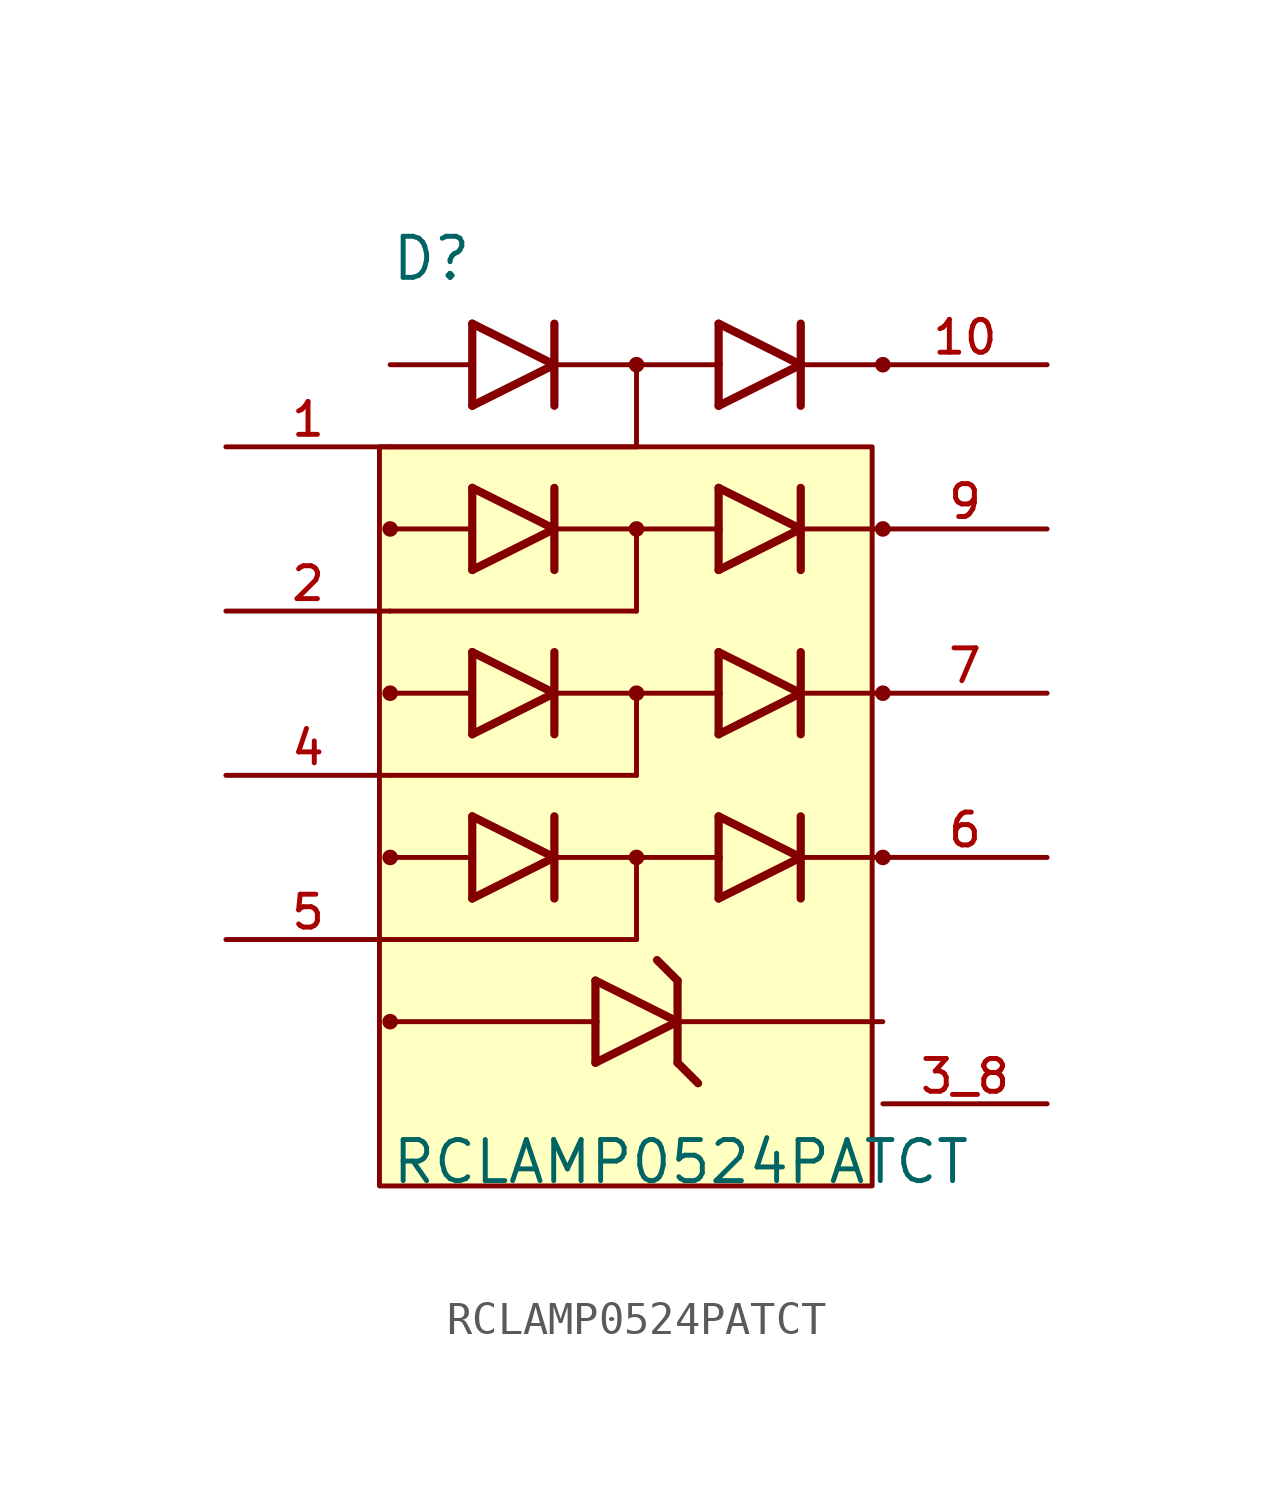
<source format=kicad_sym>
(kicad_symbol_lib
  (version 20220914)
  (generator kicad_symbol_editor)
  (symbol "RCLAMP0524PATCT"
    (pin_names
      (offset 1.016))
    (property "Reference" "D"
      (at -7.62 12.7 0)
      (effects (font (size 1.27 1.27)) (justify left bottom)))
    (property "Value" "RCLAMP0524PATCT"
      (at -7.62 -15.24 0)
      (effects (font (size 1.27 1.27)) (justify left bottom)))
    (symbol "RCLAMP0524PATCT_0_0"
      (rectangle (start -7.951 -15.24) (end 7.289 7.62) (stroke (width 0.152) (type default)) (fill (type background)))
      (circle (center -7.62 -10.16) (radius 0.152) (stroke (width 0.178) (type default)) (fill (type none)))
      (circle (center -7.62 -5.08) (radius 0.152) (stroke (width 0.178) (type default)) (fill (type none)))
      (circle (center -7.62 0) (radius 0.152) (stroke (width 0.178) (type default)) (fill (type none)))
      (circle (center -7.62 5.08) (radius 0.152) (stroke (width 0.178) (type default)) (fill (type none)))
      (circle (center 0 -5.08) (radius 0.152) (stroke (width 0.178) (type default)) (fill (type none)))
      (polyline (pts (xy -7.62 -10.16) (xy -1.27 -10.16)) (stroke (width 0.152) (type default)) (fill (type none)))
      (polyline (pts (xy -7.62 -5.08) (xy -5.08 -5.08)) (stroke (width 0.152) (type default)) (fill (type none)))
      (polyline (pts (xy -7.62 0) (xy -5.08 0)) (stroke (width 0.152) (type default)) (fill (type none)))
      (polyline (pts (xy -7.62 5.08) (xy -5.08 5.08)) (stroke (width 0.152) (type default)) (fill (type none)))
      (polyline (pts (xy -7.62 10.16) (xy -5.08 10.16)) (stroke (width 0.152) (type default)) (fill (type none)))
      (polyline (pts (xy -5.08 -6.35) (xy -2.54 -5.08)) (stroke (width 0.254) (type default)) (fill (type none)))
      (polyline (pts (xy -5.08 -3.81) (xy -5.08 -6.35)) (stroke (width 0.254) (type default)) (fill (type none)))
      (polyline (pts (xy -5.08 -1.27) (xy -2.54 0)) (stroke (width 0.254) (type default)) (fill (type none)))
      (polyline (pts (xy -5.08 1.27) (xy -5.08 -1.27)) (stroke (width 0.254) (type default)) (fill (type none)))
      (polyline (pts (xy -5.08 3.81) (xy -2.54 5.08)) (stroke (width 0.254) (type default)) (fill (type none)))
      (polyline (pts (xy -5.08 6.35) (xy -5.08 3.81)) (stroke (width 0.254) (type default)) (fill (type none)))
      (polyline (pts (xy -5.08 8.89) (xy -2.54 10.16)) (stroke (width 0.254) (type default)) (fill (type none)))
      (polyline (pts (xy -5.08 11.43) (xy -5.08 8.89)) (stroke (width 0.254) (type default)) (fill (type none)))
      (polyline (pts (xy -2.54 -5.08) (xy -5.08 -3.81)) (stroke (width 0.254) (type default)) (fill (type none)))
      (polyline (pts (xy -2.54 -5.08) (xy -2.54 -6.35)) (stroke (width 0.254) (type default)) (fill (type none)))
      (polyline (pts (xy -2.54 -5.08) (xy 0 -5.08)) (stroke (width 0.152) (type default)) (fill (type none)))
      (polyline (pts (xy -2.54 -3.81) (xy -2.54 -5.08)) (stroke (width 0.254) (type default)) (fill (type none)))
      (polyline (pts (xy -2.54 0) (xy -5.08 1.27)) (stroke (width 0.254) (type default)) (fill (type none)))
      (polyline (pts (xy -2.54 0) (xy -2.54 -1.27)) (stroke (width 0.254) (type default)) (fill (type none)))
      (polyline (pts (xy -2.54 0) (xy 0 0)) (stroke (width 0.152) (type default)) (fill (type none)))
      (polyline (pts (xy -2.54 1.27) (xy -2.54 0)) (stroke (width 0.254) (type default)) (fill (type none)))
      (polyline (pts (xy -2.54 5.08) (xy -5.08 6.35)) (stroke (width 0.254) (type default)) (fill (type none)))
      (polyline (pts (xy -2.54 5.08) (xy -2.54 3.81)) (stroke (width 0.254) (type default)) (fill (type none)))
      (polyline (pts (xy -2.54 5.08) (xy 0 5.08)) (stroke (width 0.152) (type default)) (fill (type none)))
      (polyline (pts (xy -2.54 6.35) (xy -2.54 5.08)) (stroke (width 0.254) (type default)) (fill (type none)))
      (polyline (pts (xy -2.54 10.16) (xy -5.08 11.43)) (stroke (width 0.254) (type default)) (fill (type none)))
      (polyline (pts (xy -2.54 10.16) (xy -2.54 8.89)) (stroke (width 0.254) (type default)) (fill (type none)))
      (polyline (pts (xy -2.54 10.16) (xy 0 10.16)) (stroke (width 0.152) (type default)) (fill (type none)))
      (polyline (pts (xy -2.54 11.43) (xy -2.54 10.16)) (stroke (width 0.254) (type default)) (fill (type none)))
      (polyline (pts (xy -1.27 -11.43) (xy 1.27 -10.16)) (stroke (width 0.254) (type default)) (fill (type none)))
      (polyline (pts (xy -1.27 -10.16) (xy -1.27 -11.43)) (stroke (width 0.254) (type default)) (fill (type none)))
      (polyline (pts (xy -1.27 -8.89) (xy -1.27 -10.16)) (stroke (width 0.254) (type default)) (fill (type none)))
      (polyline (pts (xy 0 -7.62) (xy -7.62 -7.62)) (stroke (width 0.152) (type default)) (fill (type none)))
      (polyline (pts (xy 0 -5.08) (xy 0 -7.62)) (stroke (width 0.152) (type default)) (fill (type none)))
      (polyline (pts (xy 0 -5.08) (xy 2.54 -5.08)) (stroke (width 0.152) (type default)) (fill (type none)))
      (polyline (pts (xy 0 -2.54) (xy -7.62 -2.54)) (stroke (width 0.152) (type default)) (fill (type none)))
      (polyline (pts (xy 0 0) (xy 0 -2.54)) (stroke (width 0.152) (type default)) (fill (type none)))
      (polyline (pts (xy 0 0) (xy 2.54 0)) (stroke (width 0.152) (type default)) (fill (type none)))
      (polyline (pts (xy 0 2.54) (xy -7.62 2.54)) (stroke (width 0.152) (type default)) (fill (type none)))
      (polyline (pts (xy 0 5.08) (xy 0 2.54)) (stroke (width 0.152) (type default)) (fill (type none)))
      (polyline (pts (xy 0 5.08) (xy 2.54 5.08)) (stroke (width 0.152) (type default)) (fill (type none)))
      (polyline (pts (xy 0 7.62) (xy -7.62 7.62)) (stroke (width 0.152) (type default)) (fill (type none)))
      (polyline (pts (xy 0 10.16) (xy 0 7.62)) (stroke (width 0.152) (type default)) (fill (type none)))
      (polyline (pts (xy 0 10.16) (xy 2.54 10.16)) (stroke (width 0.152) (type default)) (fill (type none)))
      (polyline (pts (xy 0.635 -8.255) (xy 1.27 -8.89)) (stroke (width 0.254) (type default)) (fill (type none)))
      (polyline (pts (xy 1.27 -11.43) (xy 1.905 -12.065)) (stroke (width 0.254) (type default)) (fill (type none)))
      (polyline (pts (xy 1.27 -10.16) (xy -1.27 -8.89)) (stroke (width 0.254) (type default)) (fill (type none)))
      (polyline (pts (xy 1.27 -10.16) (xy 1.27 -11.43)) (stroke (width 0.254) (type default)) (fill (type none)))
      (polyline (pts (xy 1.27 -10.16) (xy 7.62 -10.16)) (stroke (width 0.152) (type default)) (fill (type none)))
      (polyline (pts (xy 1.27 -8.89) (xy 1.27 -10.16)) (stroke (width 0.254) (type default)) (fill (type none)))
      (polyline (pts (xy 2.54 -6.35) (xy 5.08 -5.08)) (stroke (width 0.254) (type default)) (fill (type none)))
      (polyline (pts (xy 2.54 -5.08) (xy 2.54 -6.35)) (stroke (width 0.254) (type default)) (fill (type none)))
      (polyline (pts (xy 2.54 -3.81) (xy 2.54 -5.08)) (stroke (width 0.254) (type default)) (fill (type none)))
      (polyline (pts (xy 2.54 -1.27) (xy 5.08 0)) (stroke (width 0.254) (type default)) (fill (type none)))
      (polyline (pts (xy 2.54 0) (xy 2.54 -1.27)) (stroke (width 0.254) (type default)) (fill (type none)))
      (polyline (pts (xy 2.54 1.27) (xy 2.54 0)) (stroke (width 0.254) (type default)) (fill (type none)))
      (polyline (pts (xy 2.54 3.81) (xy 5.08 5.08)) (stroke (width 0.254) (type default)) (fill (type none)))
      (polyline (pts (xy 2.54 5.08) (xy 2.54 3.81)) (stroke (width 0.254) (type default)) (fill (type none)))
      (polyline (pts (xy 2.54 6.35) (xy 2.54 5.08)) (stroke (width 0.254) (type default)) (fill (type none)))
      (polyline (pts (xy 2.54 8.89) (xy 5.08 10.16)) (stroke (width 0.254) (type default)) (fill (type none)))
      (polyline (pts (xy 2.54 10.16) (xy 2.54 8.89)) (stroke (width 0.254) (type default)) (fill (type none)))
      (polyline (pts (xy 2.54 11.43) (xy 2.54 10.16)) (stroke (width 0.254) (type default)) (fill (type none)))
      (polyline (pts (xy 5.08 -5.08) (xy 2.54 -3.81)) (stroke (width 0.254) (type default)) (fill (type none)))
      (polyline (pts (xy 5.08 -5.08) (xy 5.08 -6.35)) (stroke (width 0.254) (type default)) (fill (type none)))
      (polyline (pts (xy 5.08 -5.08) (xy 7.62 -5.08)) (stroke (width 0.152) (type default)) (fill (type none)))
      (polyline (pts (xy 5.08 -3.81) (xy 5.08 -5.08)) (stroke (width 0.254) (type default)) (fill (type none)))
      (polyline (pts (xy 5.08 0) (xy 2.54 1.27)) (stroke (width 0.254) (type default)) (fill (type none)))
      (polyline (pts (xy 5.08 0) (xy 5.08 -1.27)) (stroke (width 0.254) (type default)) (fill (type none)))
      (polyline (pts (xy 5.08 0) (xy 7.62 0)) (stroke (width 0.152) (type default)) (fill (type none)))
      (polyline (pts (xy 5.08 1.27) (xy 5.08 0)) (stroke (width 0.254) (type default)) (fill (type none)))
      (polyline (pts (xy 5.08 5.08) (xy 2.54 6.35)) (stroke (width 0.254) (type default)) (fill (type none)))
      (polyline (pts (xy 5.08 5.08) (xy 5.08 3.81)) (stroke (width 0.254) (type default)) (fill (type none)))
      (polyline (pts (xy 5.08 5.08) (xy 7.62 5.08)) (stroke (width 0.152) (type default)) (fill (type none)))
      (polyline (pts (xy 5.08 6.35) (xy 5.08 5.08)) (stroke (width 0.254) (type default)) (fill (type none)))
      (polyline (pts (xy 5.08 10.16) (xy 2.54 11.43)) (stroke (width 0.254) (type default)) (fill (type none)))
      (polyline (pts (xy 5.08 10.16) (xy 5.08 8.89)) (stroke (width 0.254) (type default)) (fill (type none)))
      (polyline (pts (xy 5.08 10.16) (xy 7.62 10.16)) (stroke (width 0.152) (type default)) (fill (type none)))
      (polyline (pts (xy 5.08 11.43) (xy 5.08 10.16)) (stroke (width 0.254) (type default)) (fill (type none)))
      (circle (center 0 0) (radius 0.152) (stroke (width 0.178) (type default)) (fill (type none)))
      (circle (center 0 5.08) (radius 0.152) (stroke (width 0.178) (type default)) (fill (type none)))
      (circle (center 0 10.16) (radius 0.152) (stroke (width 0.178) (type default)) (fill (type none)))
      (circle (center 7.62 -5.08) (radius 0.152) (stroke (width 0.178) (type default)) (fill (type none)))
      (circle (center 7.62 0) (radius 0.152) (stroke (width 0.178) (type default)) (fill (type none)))
      (circle (center 7.62 5.08) (radius 0.152) (stroke (width 0.178) (type default)) (fill (type none)))
      (circle (center 7.62 10.16) (radius 0.152) (stroke (width 0.178) (type default)) (fill (type none)))
      (pin input line (at -12.7 7.62 0) (length 5.08) (name "~" (effects (font (size 1.016 1.016)))) (number "1" (effects (font (size 1.016 1.016)))))
      (pin output line (at 12.7 10.16 180) (length 5.08) (name "~" (effects (font (size 1.016 1.016)))) (number "10" (effects (font (size 1.016 1.016)))))
      (pin input line (at -12.7 2.54 0) (length 5.08) (name "~" (effects (font (size 1.016 1.016)))) (number "2" (effects (font (size 1.016 1.016)))))
      (pin power_in line (at 12.7 -12.7 180) (length 5.08) (name "~" (effects (font (size 1.016 1.016)))) (number "3_8" (effects (font (size 1.016 1.016)))))
      (pin input line (at -12.7 -2.54 0) (length 5.08) (name "~" (effects (font (size 1.016 1.016)))) (number "4" (effects (font (size 1.016 1.016)))))
      (pin input line (at -12.7 -7.62 0) (length 5.08) (name "~" (effects (font (size 1.016 1.016)))) (number "5" (effects (font (size 1.016 1.016)))))
      (pin output line (at 12.7 -5.08 180) (length 5.08) (name "~" (effects (font (size 1.016 1.016)))) (number "6" (effects (font (size 1.016 1.016)))))
      (pin output line (at 12.7 0 180) (length 5.08) (name "~" (effects (font (size 1.016 1.016)))) (number "7" (effects (font (size 1.016 1.016)))))
      (pin output line (at 12.7 5.08 180) (length 5.08) (name "~" (effects (font (size 1.016 1.016)))) (number "9" (effects (font (size 1.016 1.016))))))))
</source>
